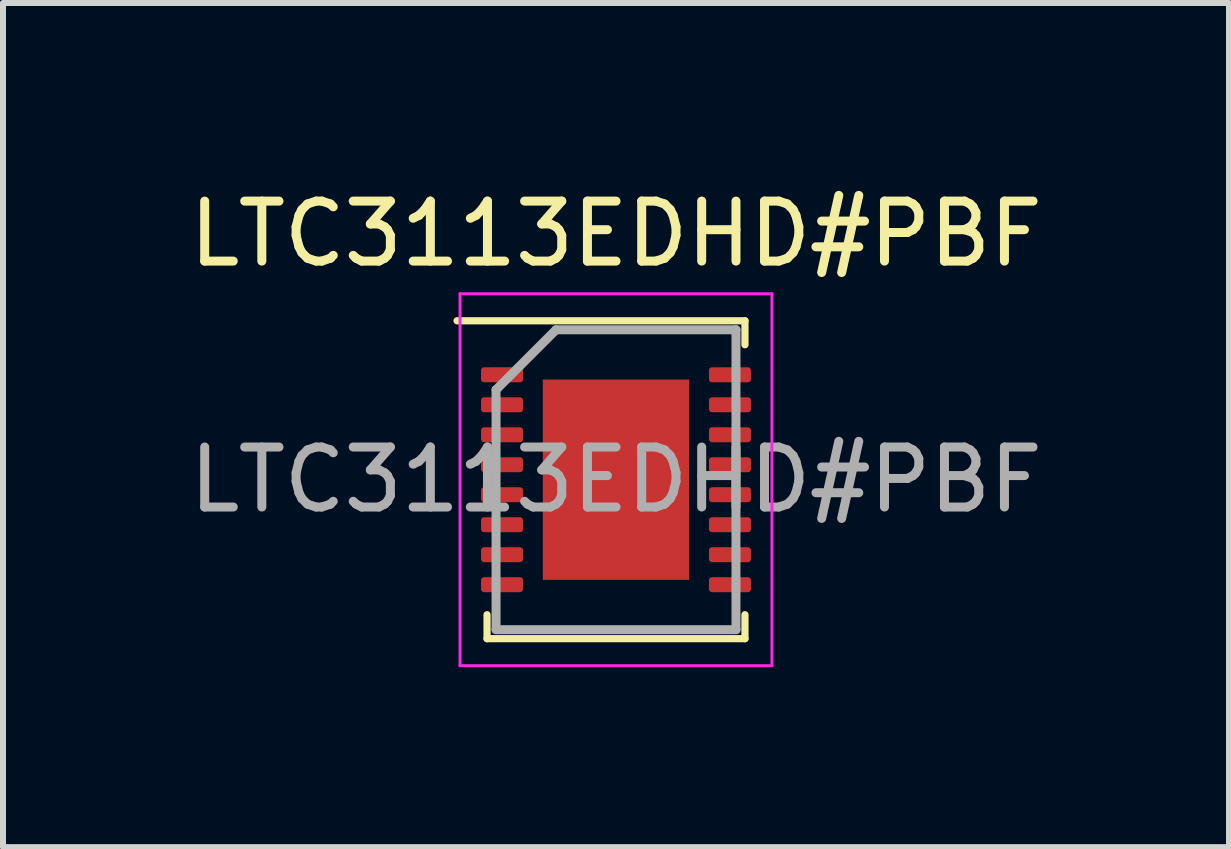
<source format=kicad_pcb>
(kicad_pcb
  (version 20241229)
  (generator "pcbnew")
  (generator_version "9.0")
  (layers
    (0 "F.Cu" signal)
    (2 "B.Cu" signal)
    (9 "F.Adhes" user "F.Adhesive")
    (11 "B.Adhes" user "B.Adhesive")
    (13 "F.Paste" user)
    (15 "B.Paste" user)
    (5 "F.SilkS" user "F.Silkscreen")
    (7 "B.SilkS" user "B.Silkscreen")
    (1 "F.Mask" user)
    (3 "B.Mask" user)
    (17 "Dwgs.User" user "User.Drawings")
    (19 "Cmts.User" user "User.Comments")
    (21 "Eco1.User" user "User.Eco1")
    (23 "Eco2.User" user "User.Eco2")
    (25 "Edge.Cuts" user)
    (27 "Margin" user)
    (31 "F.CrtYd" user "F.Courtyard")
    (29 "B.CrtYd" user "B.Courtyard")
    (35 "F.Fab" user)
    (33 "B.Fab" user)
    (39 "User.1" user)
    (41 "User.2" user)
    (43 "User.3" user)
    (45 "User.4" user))
  (footprint "LTC3113EDHD#PBF"
    (layer "F.Cu")
    (at 7.22 4.948)
    (property "Reference" "LTC3113EDHD#PBF" (at 0 -4.1 0) (layer "F.SilkS") (effects (font (size 1 1) (thickness 0.15))))
    (attr smd)
    (fp_line (start -2.65 -2.65) (end 2.15 -2.65) (stroke (width 0.12) (type default)) (layer "F.SilkS"))
    (fp_line (start -2.15 2.25) (end -2.15 2.65) (stroke (width 0.12) (type default)) (layer "F.SilkS"))
    (fp_line (start -2.15 2.65) (end 2.15 2.65) (stroke (width 0.12) (type default)) (layer "F.SilkS"))
    (fp_line (start 2.15 -2.65) (end 2.15 -2.25) (stroke (width 0.12) (type default)) (layer "F.SilkS"))
    (fp_line (start 2.15 2.65) (end 2.15 2.25) (stroke (width 0.12) (type default)) (layer "F.SilkS"))
    (fp_line (start -2.6 -3.1) (end 2.6 -3.1) (stroke (width 0.05) (type default)) (layer "F.CrtYd"))
    (fp_line (start -2.6 3.1) (end -2.6 -3.1) (stroke (width 0.05) (type default)) (layer "F.CrtYd"))
    (fp_line (start 2.6 -3.1) (end 2.6 3.1) (stroke (width 0.05) (type default)) (layer "F.CrtYd"))
    (fp_line (start 2.6 3.1) (end -2.6 3.1) (stroke (width 0.05) (type default)) (layer "F.CrtYd"))
    (fp_line (start -2 -1.5) (end -2 2.5) (stroke (width 0.15) (type default)) (layer "F.Fab"))
    (fp_line (start -2 2.5) (end 2 2.5) (stroke (width 0.15) (type default)) (layer "F.Fab"))
    (fp_line (start -1 -2.5) (end -2 -1.5) (stroke (width 0.15) (type default)) (layer "F.Fab"))
    (fp_line (start 2 -2.5) (end -1 -2.5) (stroke (width 0.15) (type default)) (layer "F.Fab"))
    (fp_line (start 2 2.5) (end 2 -2.5) (stroke (width 0.15) (type default)) (layer "F.Fab"))
    (fp_text user "${REFERENCE}" (at 0 0 0) (layer "F.Fab") (effects (font (size 1 1) (thickness 0.15))))
    (pad "" smd rect (at -0.915 -1.252) (size 0.000001 0.225) (layers "F.Paste"))
    (pad "" smd rect (at -0.915 -0.417) (size 0.000001 0.225) (layers "F.Paste"))
    (pad "" smd rect (at -0.915 0.417) (size 0.000001 0.225) (layers "F.Paste"))
    (pad "" smd rect (at -0.915 1.252) (size 0.000001 0.225) (layers "F.Paste"))
    (pad "" smd rect (at -0.305 -1.252) (size 0.000001 0.225) (layers "F.Paste"))
    (pad "" smd rect (at -0.305 -0.417) (size 0.000001 0.225) (layers "F.Paste"))
    (pad "" smd rect (at -0.305 0.417) (size 0.000001 0.225) (layers "F.Paste"))
    (pad "" smd rect (at -0.305 1.252) (size 0.000001 0.225) (layers "F.Paste"))
    (pad "" smd rect (at 0.305 -1.252) (size 0.000001 0.225) (layers "F.Paste"))
    (pad "" smd rect (at 0.305 -0.417) (size 0.000001 0.225) (layers "F.Paste"))
    (pad "" smd rect (at 0.305 0.417) (size 0.000001 0.225) (layers "F.Paste"))
    (pad "" smd rect (at 0.305 1.252) (size 0.000001 0.225) (layers "F.Paste"))
    (pad "" smd rect (at 0.915 -1.252) (size 0.000001 0.225) (layers "F.Paste"))
    (pad "" smd rect (at 0.915 -0.417) (size 0.000001 0.225) (layers "F.Paste"))
    (pad "" smd rect (at 0.915 0.417) (size 0.000001 0.225) (layers "F.Paste"))
    (pad "" smd rect (at 0.915 1.252) (size 0.000001 0.225) (layers "F.Paste"))
    (pad "1" smd roundrect (at -1.9 -1.75 90) (size 0.25 0.7) (layers "F.Cu" "F.Mask" "F.Paste") (roundrect_rratio 0.2))
    (pad "2" smd roundrect (at -1.9 -1.25 90) (size 0.25 0.7) (layers "F.Cu" "F.Mask" "F.Paste") (roundrect_rratio 0.2))
    (pad "3" smd roundrect (at -1.9 -0.75 90) (size 0.25 0.7) (layers "F.Cu" "F.Mask" "F.Paste") (roundrect_rratio 0.2))
    (pad "4" smd roundrect (at -1.9 -0.25 90) (size 0.25 0.7) (layers "F.Cu" "F.Mask" "F.Paste") (roundrect_rratio 0.2))
    (pad "5" smd roundrect (at -1.9 0.25 90) (size 0.25 0.7) (layers "F.Cu" "F.Mask" "F.Paste") (roundrect_rratio 0.2))
    (pad "6" smd roundrect (at -1.9 0.75 90) (size 0.25 0.7) (layers "F.Cu" "F.Mask" "F.Paste") (roundrect_rratio 0.2))
    (pad "7" smd roundrect (at -1.9 1.25 90) (size 0.25 0.7) (layers "F.Cu" "F.Mask" "F.Paste") (roundrect_rratio 0.2))
    (pad "8" smd roundrect (at -1.9 1.75 90) (size 0.25 0.7) (layers "F.Cu" "F.Mask" "F.Paste") (roundrect_rratio 0.2))
    (pad "9" smd roundrect (at 1.9 1.75 90) (size 0.25 0.7) (layers "F.Cu" "F.Mask" "F.Paste") (roundrect_rratio 0.2))
    (pad "10" smd roundrect (at 1.9 1.25 90) (size 0.25 0.7) (layers "F.Cu" "F.Mask" "F.Paste") (roundrect_rratio 0.2))
    (pad "11" smd roundrect (at 1.9 0.75 90) (size 0.25 0.7) (layers "F.Cu" "F.Mask" "F.Paste") (roundrect_rratio 0.2))
    (pad "12" smd roundrect (at 1.9 0.25 90) (size 0.25 0.7) (layers "F.Cu" "F.Mask" "F.Paste") (roundrect_rratio 0.2))
    (pad "13" smd roundrect (at 1.9 -0.25 90) (size 0.25 0.7) (layers "F.Cu" "F.Mask" "F.Paste") (roundrect_rratio 0.2))
    (pad "14" smd roundrect (at 1.9 -0.75 90) (size 0.25 0.7) (layers "F.Cu" "F.Mask" "F.Paste") (roundrect_rratio 0.2))
    (pad "15" smd roundrect (at 1.9 -1.25 90) (size 0.25 0.7) (layers "F.Cu" "F.Mask" "F.Paste") (roundrect_rratio 0.2))
    (pad "16" smd roundrect (at 1.9 -1.75 90) (size 0.25 0.7) (layers "F.Cu" "F.Mask" "F.Paste") (roundrect_rratio 0.2))
    (pad "17" smd rect (at 0 0) (size 2.44 3.34) (layers "F.Cu" "F.Mask")))
  (gr_rect
    (start -3 -3)
    (end 17.44 11.073)
    (stroke (width 0.1) (type default))
    (fill no)
    (layer "Edge.Cuts")))
</source>
